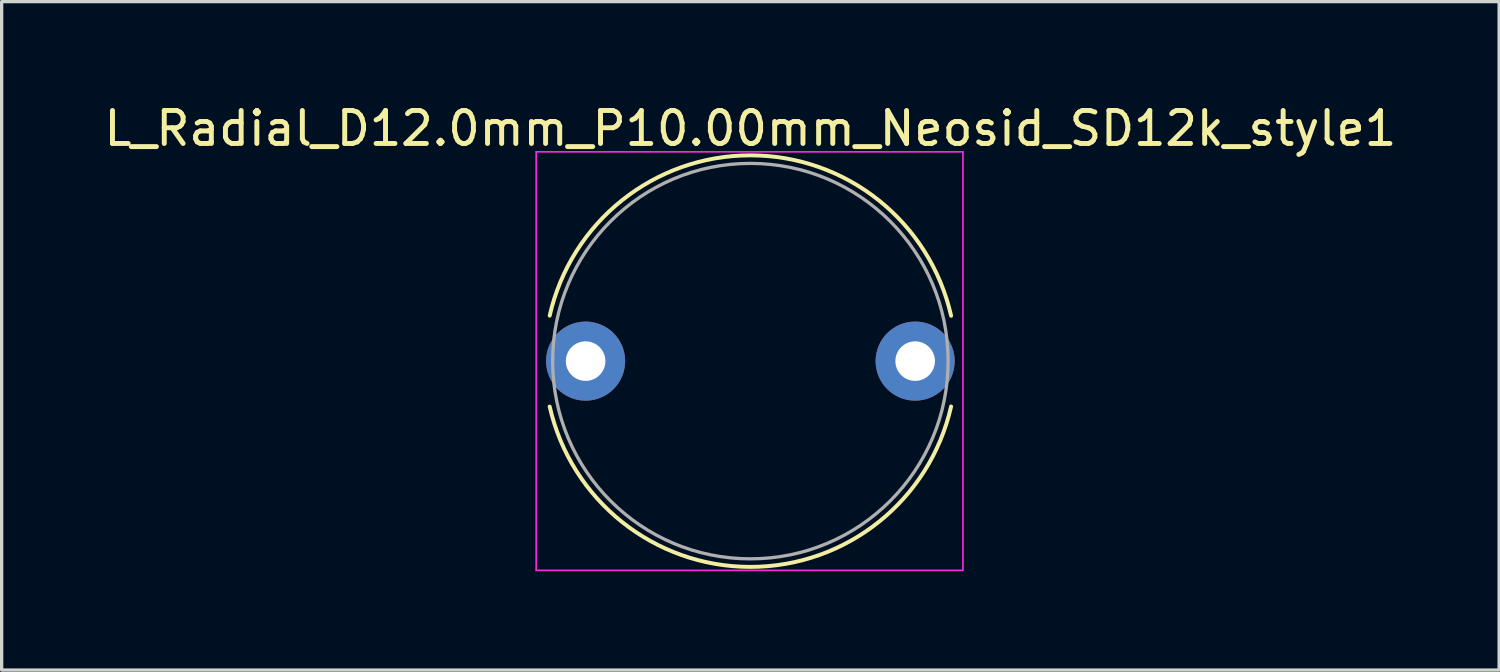
<source format=kicad_pcb>
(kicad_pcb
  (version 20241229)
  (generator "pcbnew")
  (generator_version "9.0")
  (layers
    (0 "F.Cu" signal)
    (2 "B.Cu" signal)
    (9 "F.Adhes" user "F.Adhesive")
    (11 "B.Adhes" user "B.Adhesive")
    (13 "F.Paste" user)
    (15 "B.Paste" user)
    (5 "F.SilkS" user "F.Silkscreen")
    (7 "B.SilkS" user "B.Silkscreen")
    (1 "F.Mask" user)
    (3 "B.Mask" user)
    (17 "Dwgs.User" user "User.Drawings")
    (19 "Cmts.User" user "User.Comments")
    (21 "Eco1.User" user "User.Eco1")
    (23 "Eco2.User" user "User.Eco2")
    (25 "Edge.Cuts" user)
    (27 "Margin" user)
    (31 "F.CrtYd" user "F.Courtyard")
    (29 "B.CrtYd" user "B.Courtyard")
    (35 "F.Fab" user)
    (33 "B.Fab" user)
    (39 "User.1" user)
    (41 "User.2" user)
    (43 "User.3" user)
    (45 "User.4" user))
  (footprint "L_Radial_D12.0mm_P10.00mm_Neosid_SD12k_style1"
    (layer "F.Cu")
    (at 14.72 7.908)
    (property "Reference" "L_Radial_D12.0mm_P10.00mm_Neosid_SD12k_style1" (at 5 -7.06 0) (layer "F.SilkS") (effects (font (size 1 1) (thickness 0.15))))
    (attr through_hole)
    (fp_arc (start -1.09 -1.38) (mid 5.001925 -6.244397) (end 11.09085 -1.376245) (stroke (width 0.12) (type solid)) (layer "F.SilkS"))
    (fp_arc (start 11.09085 1.376245) (mid 5.001925 6.244398) (end -1.09 1.38) (stroke (width 0.12) (type solid)) (layer "F.SilkS"))
    (fp_line (start -1.5 -6.35) (end -1.5 6.35) (stroke (width 0.05) (type solid)) (layer "F.CrtYd"))
    (fp_line (start -1.5 6.35) (end 11.45 6.35) (stroke (width 0.05) (type solid)) (layer "F.CrtYd"))
    (fp_line (start 11.45 -6.35) (end -1.5 -6.35) (stroke (width 0.05) (type solid)) (layer "F.CrtYd"))
    (fp_line (start 11.45 6.35) (end 11.45 -6.35) (stroke (width 0.05) (type solid)) (layer "F.CrtYd"))
    (fp_circle (center 5 0) (end 11 0) (stroke (width 0.1) (type solid)) (fill no) (layer "F.Fab"))
    (pad "1" thru_hole circle (at 0 0) (size 2.4 2.4) (drill 1.2) (layers "*.Cu" "*.Mask"))
    (pad "2" thru_hole circle (at 10 0) (size 2.4 2.4) (drill 1.2) (layers "*.Cu" "*.Mask")))
  (gr_rect
    (start -3 -3)
    (end 42.44 17.283)
    (stroke (width 0.1) (type default))
    (fill no)
    (layer "Edge.Cuts")))
</source>
